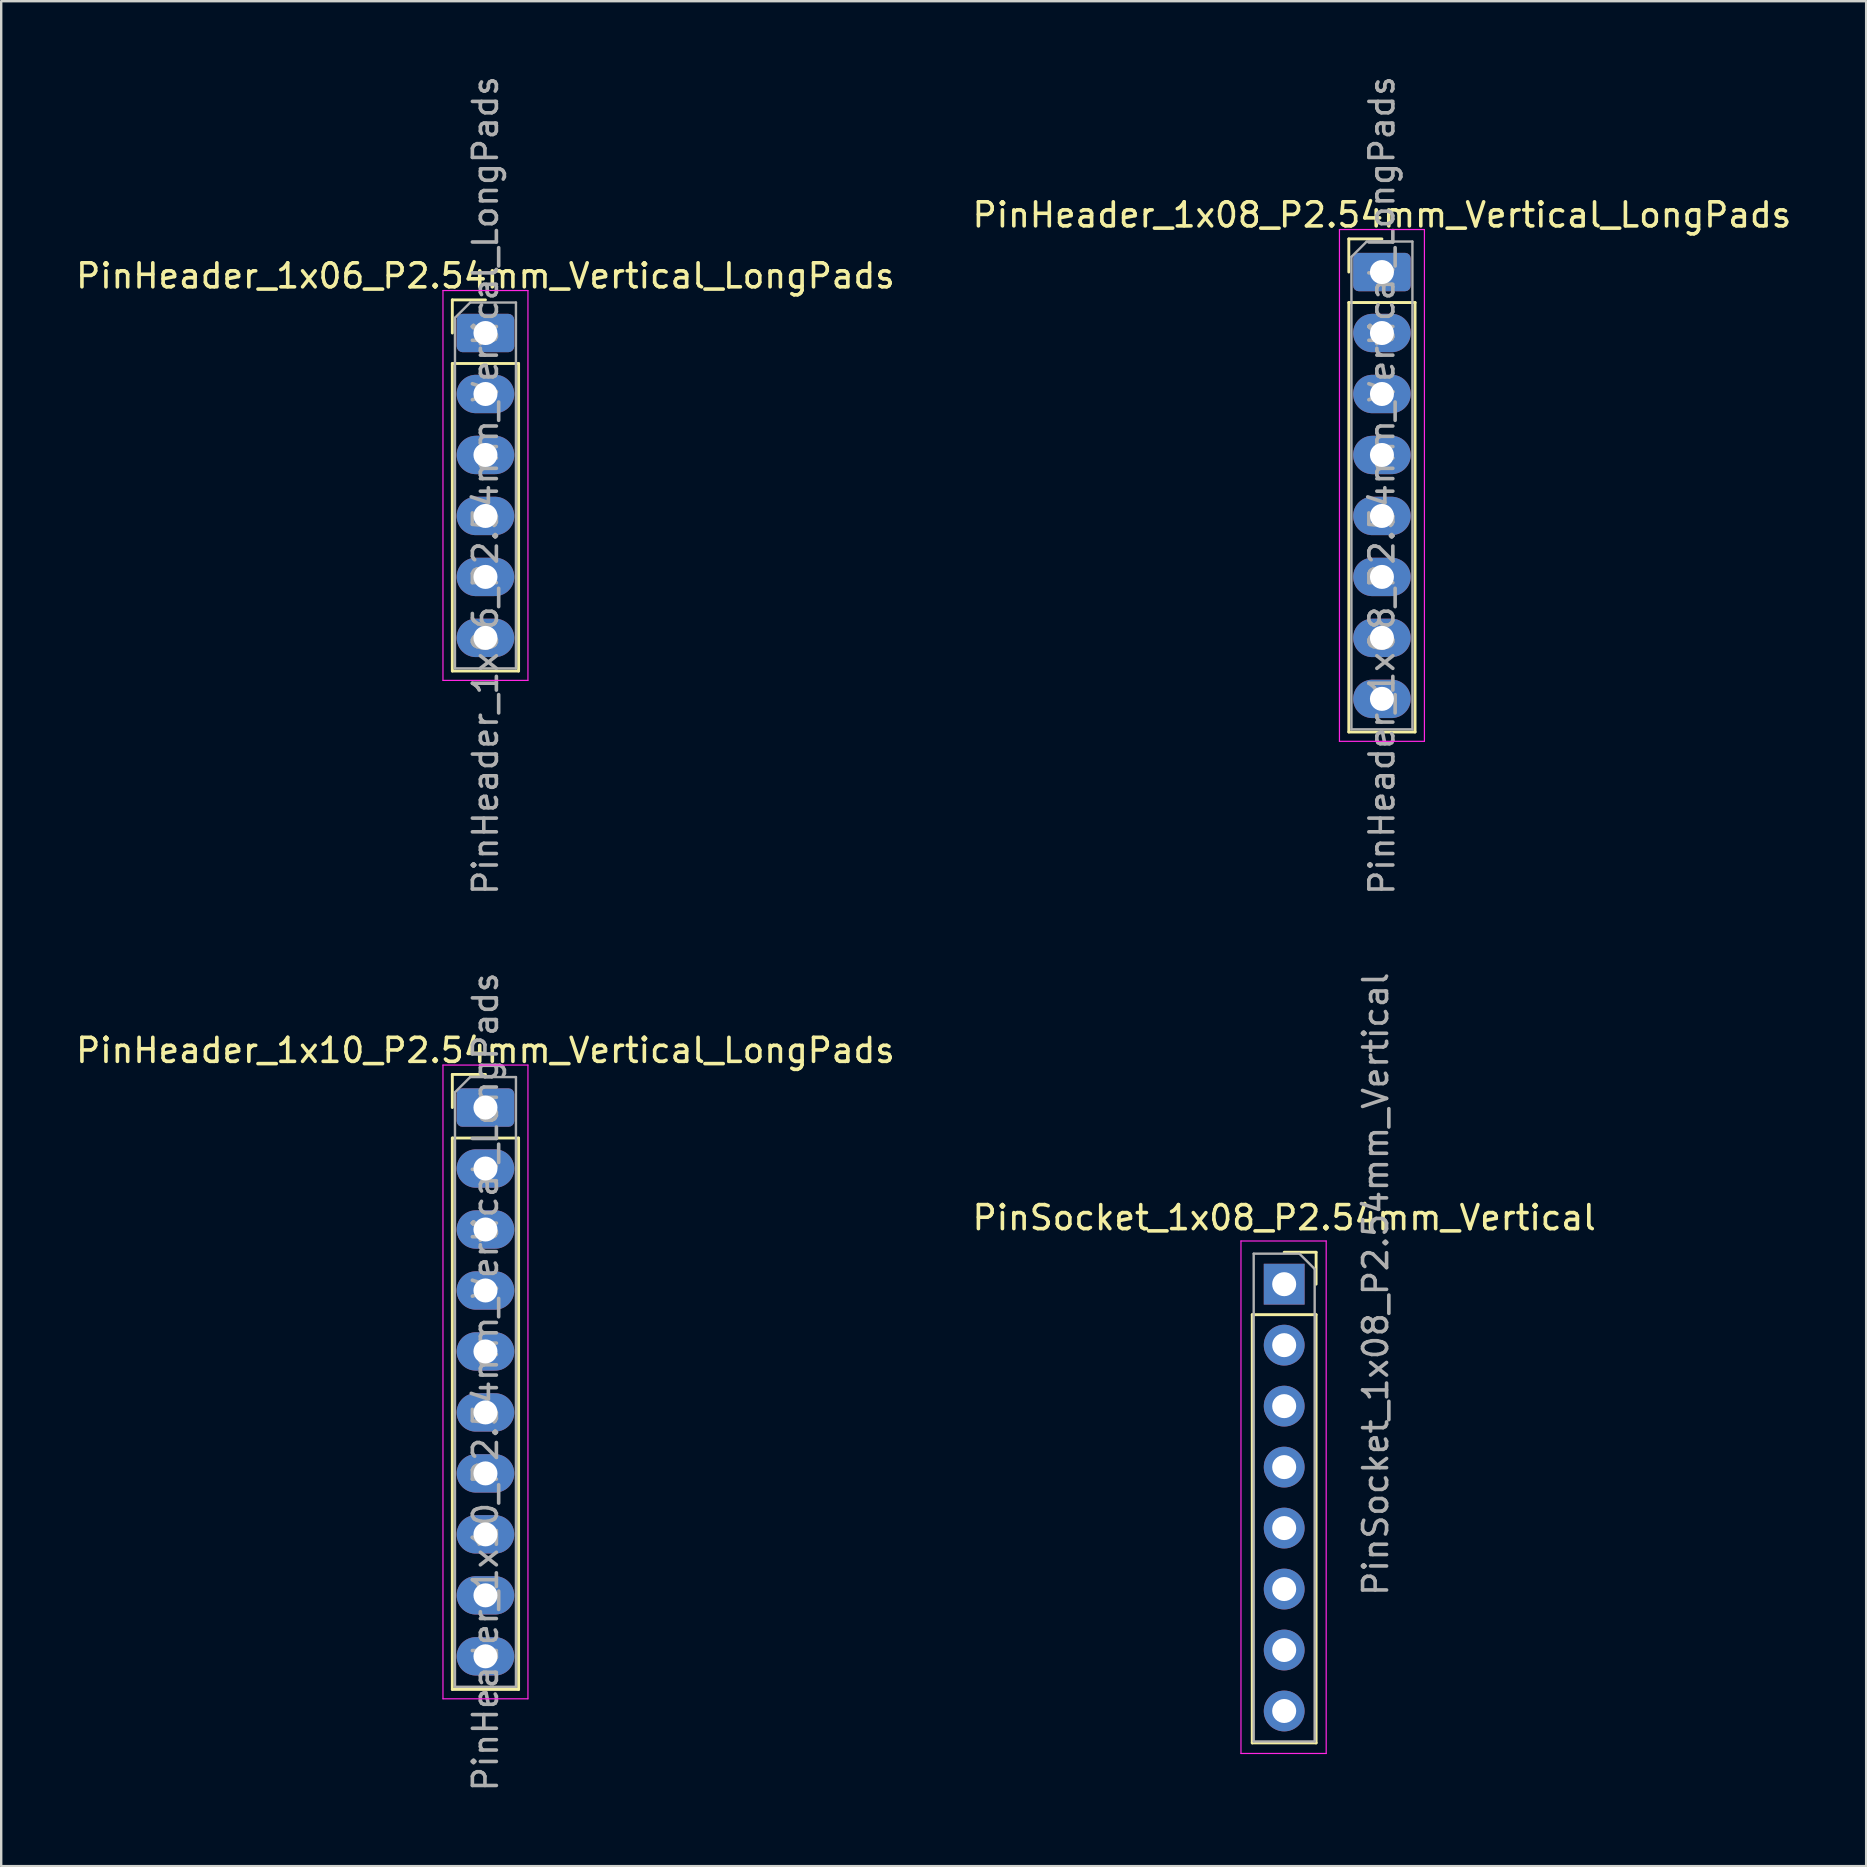
<source format=kicad_pcb>
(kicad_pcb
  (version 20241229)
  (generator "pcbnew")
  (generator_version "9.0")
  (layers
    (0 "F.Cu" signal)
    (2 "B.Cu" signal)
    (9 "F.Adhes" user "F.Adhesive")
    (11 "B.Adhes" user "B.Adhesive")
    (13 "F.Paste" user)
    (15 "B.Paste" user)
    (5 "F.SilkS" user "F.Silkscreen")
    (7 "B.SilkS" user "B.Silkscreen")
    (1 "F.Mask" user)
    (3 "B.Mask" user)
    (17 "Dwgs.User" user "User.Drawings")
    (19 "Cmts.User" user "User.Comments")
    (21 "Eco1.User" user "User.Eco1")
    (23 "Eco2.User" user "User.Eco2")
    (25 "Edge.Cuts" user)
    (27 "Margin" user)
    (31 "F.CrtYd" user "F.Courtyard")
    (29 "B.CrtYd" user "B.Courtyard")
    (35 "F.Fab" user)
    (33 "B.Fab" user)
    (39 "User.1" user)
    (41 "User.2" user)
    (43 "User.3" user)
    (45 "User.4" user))
  (footprint "PinHeader_1x10_P2.54mm_Vertical_LongPads"
    (layer "F.Cu")
    (at 17.173 43.088)
    (property "Reference" "PinHeader_1x10_P2.54mm_Vertical_LongPads" (at 0 -2.38 0) (layer "F.SilkS") (effects (font (size 1 1) (thickness 0.15))))
    (attr through_hole)
    (fp_line (start -1.38 -1.38) (end 0 -1.38) (stroke (width 0.12) (type solid)) (layer "F.SilkS"))
    (fp_line (start -1.38 0) (end -1.38 -1.38) (stroke (width 0.12) (type solid)) (layer "F.SilkS"))
    (fp_line (start -1.38 1.27) (end -1.38 24.24) (stroke (width 0.12) (type solid)) (layer "F.SilkS"))
    (fp_line (start -1.38 1.27) (end 1.38 1.27) (stroke (width 0.12) (type solid)) (layer "F.SilkS"))
    (fp_line (start -1.38 24.24) (end 1.38 24.24) (stroke (width 0.12) (type solid)) (layer "F.SilkS"))
    (fp_line (start 1.38 1.27) (end 1.38 24.24) (stroke (width 0.12) (type solid)) (layer "F.SilkS"))
    (fp_line (start -1.77 -1.77) (end -1.77 24.63) (stroke (width 0.05) (type solid)) (layer "F.CrtYd"))
    (fp_line (start -1.77 24.63) (end 1.77 24.63) (stroke (width 0.05) (type solid)) (layer "F.CrtYd"))
    (fp_line (start 1.77 -1.77) (end -1.77 -1.77) (stroke (width 0.05) (type solid)) (layer "F.CrtYd"))
    (fp_line (start 1.77 24.63) (end 1.77 -1.77) (stroke (width 0.05) (type solid)) (layer "F.CrtYd"))
    (fp_line (start -1.27 -0.635) (end -0.635 -1.27) (stroke (width 0.1) (type solid)) (layer "F.Fab"))
    (fp_line (start -1.27 24.13) (end -1.27 -0.635) (stroke (width 0.1) (type solid)) (layer "F.Fab"))
    (fp_line (start -0.635 -1.27) (end 1.27 -1.27) (stroke (width 0.1) (type solid)) (layer "F.Fab"))
    (fp_line (start 1.27 -1.27) (end 1.27 24.13) (stroke (width 0.1) (type solid)) (layer "F.Fab"))
    (fp_line (start 1.27 24.13) (end -1.27 24.13) (stroke (width 0.1) (type solid)) (layer "F.Fab"))
    (fp_text user "${REFERENCE}" (at 0 11.43 90) (layer "F.Fab") (effects (font (size 1 1) (thickness 0.15))))
    (pad "1" thru_hole roundrect (at 0 0) (size 2.4 1.6) (drill 1) (layers "*.Cu" "*.Mask") (roundrect_rratio 0.147))
    (pad "2" thru_hole oval (at 0 2.54) (size 2.4 1.6) (drill 1) (layers "*.Cu" "*.Mask"))
    (pad "3" thru_hole oval (at 0 5.08) (size 2.4 1.6) (drill 1) (layers "*.Cu" "*.Mask"))
    (pad "4" thru_hole oval (at 0 7.62) (size 2.4 1.6) (drill 1) (layers "*.Cu" "*.Mask"))
    (pad "5" thru_hole oval (at 0 10.16) (size 2.4 1.6) (drill 1) (layers "*.Cu" "*.Mask"))
    (pad "6" thru_hole oval (at 0 12.7) (size 2.4 1.6) (drill 1) (layers "*.Cu" "*.Mask"))
    (pad "7" thru_hole oval (at 0 15.24) (size 2.4 1.6) (drill 1) (layers "*.Cu" "*.Mask"))
    (pad "8" thru_hole oval (at 0 17.78) (size 2.4 1.6) (drill 1) (layers "*.Cu" "*.Mask"))
    (pad "9" thru_hole oval (at 0 20.32) (size 2.4 1.6) (drill 1) (layers "*.Cu" "*.Mask"))
    (pad "10" thru_hole oval (at 0 22.86) (size 2.4 1.6) (drill 1) (layers "*.Cu" "*.Mask")))
  (footprint "PinHeader_1x06_P2.54mm_Vertical_LongPads"
    (layer "F.Cu")
    (at 17.173 10.823)
    (property "Reference" "PinHeader_1x06_P2.54mm_Vertical_LongPads" (at 0 -2.38 0) (layer "F.SilkS") (effects (font (size 1 1) (thickness 0.15))))
    (attr through_hole)
    (fp_line (start -1.38 -1.38) (end 0 -1.38) (stroke (width 0.12) (type solid)) (layer "F.SilkS"))
    (fp_line (start -1.38 0) (end -1.38 -1.38) (stroke (width 0.12) (type solid)) (layer "F.SilkS"))
    (fp_line (start -1.38 1.27) (end -1.38 14.08) (stroke (width 0.12) (type solid)) (layer "F.SilkS"))
    (fp_line (start -1.38 1.27) (end 1.38 1.27) (stroke (width 0.12) (type solid)) (layer "F.SilkS"))
    (fp_line (start -1.38 14.08) (end 1.38 14.08) (stroke (width 0.12) (type solid)) (layer "F.SilkS"))
    (fp_line (start 1.38 1.27) (end 1.38 14.08) (stroke (width 0.12) (type solid)) (layer "F.SilkS"))
    (fp_line (start -1.77 -1.77) (end -1.77 14.47) (stroke (width 0.05) (type solid)) (layer "F.CrtYd"))
    (fp_line (start -1.77 14.47) (end 1.77 14.47) (stroke (width 0.05) (type solid)) (layer "F.CrtYd"))
    (fp_line (start 1.77 -1.77) (end -1.77 -1.77) (stroke (width 0.05) (type solid)) (layer "F.CrtYd"))
    (fp_line (start 1.77 14.47) (end 1.77 -1.77) (stroke (width 0.05) (type solid)) (layer "F.CrtYd"))
    (fp_line (start -1.27 -0.635) (end -0.635 -1.27) (stroke (width 0.1) (type solid)) (layer "F.Fab"))
    (fp_line (start -1.27 13.97) (end -1.27 -0.635) (stroke (width 0.1) (type solid)) (layer "F.Fab"))
    (fp_line (start -0.635 -1.27) (end 1.27 -1.27) (stroke (width 0.1) (type solid)) (layer "F.Fab"))
    (fp_line (start 1.27 -1.27) (end 1.27 13.97) (stroke (width 0.1) (type solid)) (layer "F.Fab"))
    (fp_line (start 1.27 13.97) (end -1.27 13.97) (stroke (width 0.1) (type solid)) (layer "F.Fab"))
    (fp_text user "${REFERENCE}" (at 0 6.35 90) (layer "F.Fab") (effects (font (size 1 1) (thickness 0.15))))
    (pad "1" thru_hole roundrect (at 0 0) (size 2.4 1.6) (drill 1) (layers "*.Cu" "*.Mask") (roundrect_rratio 0.156))
    (pad "2" thru_hole oval (at 0 2.54) (size 2.4 1.6) (drill 1) (layers "*.Cu" "*.Mask"))
    (pad "3" thru_hole oval (at 0 5.08) (size 2.4 1.6) (drill 1) (layers "*.Cu" "*.Mask"))
    (pad "4" thru_hole oval (at 0 7.62) (size 2.4 1.6) (drill 1) (layers "*.Cu" "*.Mask"))
    (pad "5" thru_hole oval (at 0 10.16) (size 2.4 1.6) (drill 1) (layers "*.Cu" "*.Mask"))
    (pad "6" thru_hole oval (at 0 12.7) (size 2.4 1.6) (drill 1) (layers "*.Cu" "*.Mask")))
  (footprint "PinHeader_1x08_P2.54mm_Vertical_LongPads"
    (layer "F.Cu")
    (at 54.518 8.283)
    (property "Reference" "PinHeader_1x08_P2.54mm_Vertical_LongPads" (at 0 -2.38 0) (layer "F.SilkS") (effects (font (size 1 1) (thickness 0.15))))
    (attr through_hole)
    (fp_line (start -1.38 -1.38) (end 0 -1.38) (stroke (width 0.12) (type solid)) (layer "F.SilkS"))
    (fp_line (start -1.38 0) (end -1.38 -1.38) (stroke (width 0.12) (type solid)) (layer "F.SilkS"))
    (fp_line (start -1.38 1.27) (end -1.38 19.16) (stroke (width 0.12) (type solid)) (layer "F.SilkS"))
    (fp_line (start -1.38 1.27) (end 1.38 1.27) (stroke (width 0.12) (type solid)) (layer "F.SilkS"))
    (fp_line (start -1.38 19.16) (end 1.38 19.16) (stroke (width 0.12) (type solid)) (layer "F.SilkS"))
    (fp_line (start 1.38 1.27) (end 1.38 19.16) (stroke (width 0.12) (type solid)) (layer "F.SilkS"))
    (fp_line (start -1.77 -1.77) (end -1.77 19.55) (stroke (width 0.05) (type solid)) (layer "F.CrtYd"))
    (fp_line (start -1.77 19.55) (end 1.77 19.55) (stroke (width 0.05) (type solid)) (layer "F.CrtYd"))
    (fp_line (start 1.77 -1.77) (end -1.77 -1.77) (stroke (width 0.05) (type solid)) (layer "F.CrtYd"))
    (fp_line (start 1.77 19.55) (end 1.77 -1.77) (stroke (width 0.05) (type solid)) (layer "F.CrtYd"))
    (fp_line (start -1.27 -0.635) (end -0.635 -1.27) (stroke (width 0.1) (type solid)) (layer "F.Fab"))
    (fp_line (start -1.27 19.05) (end -1.27 -0.635) (stroke (width 0.1) (type solid)) (layer "F.Fab"))
    (fp_line (start -0.635 -1.27) (end 1.27 -1.27) (stroke (width 0.1) (type solid)) (layer "F.Fab"))
    (fp_line (start 1.27 -1.27) (end 1.27 19.05) (stroke (width 0.1) (type solid)) (layer "F.Fab"))
    (fp_line (start 1.27 19.05) (end -1.27 19.05) (stroke (width 0.1) (type solid)) (layer "F.Fab"))
    (fp_text user "${REFERENCE}" (at 0 8.89 90) (layer "F.Fab") (effects (font (size 1 1) (thickness 0.15))))
    (pad "1" thru_hole roundrect (at 0 0) (size 2.4 1.6) (drill 1) (layers "*.Cu" "*.Mask") (roundrect_rratio 0.147))
    (pad "2" thru_hole oval (at 0 2.54) (size 2.4 1.6) (drill 1) (layers "*.Cu" "*.Mask"))
    (pad "3" thru_hole oval (at 0 5.08) (size 2.4 1.6) (drill 1) (layers "*.Cu" "*.Mask"))
    (pad "4" thru_hole oval (at 0 7.62) (size 2.4 1.6) (drill 1) (layers "*.Cu" "*.Mask"))
    (pad "5" thru_hole oval (at 0 10.16) (size 2.4 1.6) (drill 1) (layers "*.Cu" "*.Mask"))
    (pad "6" thru_hole oval (at 0 12.7) (size 2.4 1.6) (drill 1) (layers "*.Cu" "*.Mask"))
    (pad "7" thru_hole oval (at 0 15.24) (size 2.4 1.6) (drill 1) (layers "*.Cu" "*.Mask"))
    (pad "8" thru_hole oval (at 0 17.78) (size 2.4 1.6) (drill 1) (layers "*.Cu" "*.Mask")))
  (footprint "PinSocket_1x08_P2.54mm_Vertical"
    (layer "F.Cu")
    (at 50.446 50.446)
    (property "Reference" "PinSocket_1x08_P2.54mm_Vertical" (at 0 -2.77 0) (layer "F.SilkS") (effects (font (size 1 1) (thickness 0.15))))
    (attr through_hole)
    (fp_line (start -1.33 1.27) (end -1.33 19.11) (stroke (width 0.12) (type solid)) (layer "F.SilkS"))
    (fp_line (start -1.33 1.27) (end 1.33 1.27) (stroke (width 0.12) (type solid)) (layer "F.SilkS"))
    (fp_line (start -1.33 19.11) (end 1.33 19.11) (stroke (width 0.12) (type solid)) (layer "F.SilkS"))
    (fp_line (start 0 -1.33) (end 1.33 -1.33) (stroke (width 0.12) (type solid)) (layer "F.SilkS"))
    (fp_line (start 1.33 -1.33) (end 1.33 0) (stroke (width 0.12) (type solid)) (layer "F.SilkS"))
    (fp_line (start 1.33 1.27) (end 1.33 19.11) (stroke (width 0.12) (type solid)) (layer "F.SilkS"))
    (fp_line (start -1.8 -1.8) (end 1.75 -1.8) (stroke (width 0.05) (type solid)) (layer "F.CrtYd"))
    (fp_line (start -1.8 19.55) (end -1.8 -1.8) (stroke (width 0.05) (type solid)) (layer "F.CrtYd"))
    (fp_line (start 1.75 -1.8) (end 1.75 19.55) (stroke (width 0.05) (type solid)) (layer "F.CrtYd"))
    (fp_line (start 1.75 19.55) (end -1.8 19.55) (stroke (width 0.05) (type solid)) (layer "F.CrtYd"))
    (fp_line (start -1.27 -1.27) (end 0.635 -1.27) (stroke (width 0.1) (type solid)) (layer "F.Fab"))
    (fp_line (start -1.27 19.05) (end -1.27 -1.27) (stroke (width 0.1) (type solid)) (layer "F.Fab"))
    (fp_line (start 0.635 -1.27) (end 1.27 -0.635) (stroke (width 0.1) (type solid)) (layer "F.Fab"))
    (fp_line (start 1.27 -0.635) (end 1.27 19.05) (stroke (width 0.1) (type solid)) (layer "F.Fab"))
    (fp_line (start 1.27 19.05) (end -1.27 19.05) (stroke (width 0.1) (type solid)) (layer "F.Fab"))
    (fp_text user "${REFERENCE}" (at 3.81 0 270) (layer "F.Fab") (effects (font (size 1 1) (thickness 0.15))))
    (pad "1" thru_hole rect (at 0 0) (size 1.7 1.7) (drill 1) (layers "*.Cu" "*.Mask"))
    (pad "2" thru_hole oval (at 0 2.54) (size 1.7 1.7) (drill 1) (layers "*.Cu" "*.Mask"))
    (pad "3" thru_hole oval (at 0 5.08) (size 1.7 1.7) (drill 1) (layers "*.Cu" "*.Mask"))
    (pad "4" thru_hole oval (at 0 7.62) (size 1.7 1.7) (drill 1) (layers "*.Cu" "*.Mask"))
    (pad "5" thru_hole oval (at 0 10.16) (size 1.7 1.7) (drill 1) (layers "*.Cu" "*.Mask"))
    (pad "6" thru_hole oval (at 0 12.7) (size 1.7 1.7) (drill 1) (layers "*.Cu" "*.Mask"))
    (pad "7" thru_hole oval (at 0 15.24) (size 1.7 1.7) (drill 1) (layers "*.Cu" "*.Mask"))
    (pad "8" thru_hole oval (at 0 17.78) (size 1.7 1.7) (drill 1) (layers "*.Cu" "*.Mask")))
  (gr_rect
    (start -3 -3)
    (end 74.69 74.69)
    (stroke (width 0.1) (type default))
    (fill no)
    (layer "Edge.Cuts")))
</source>
